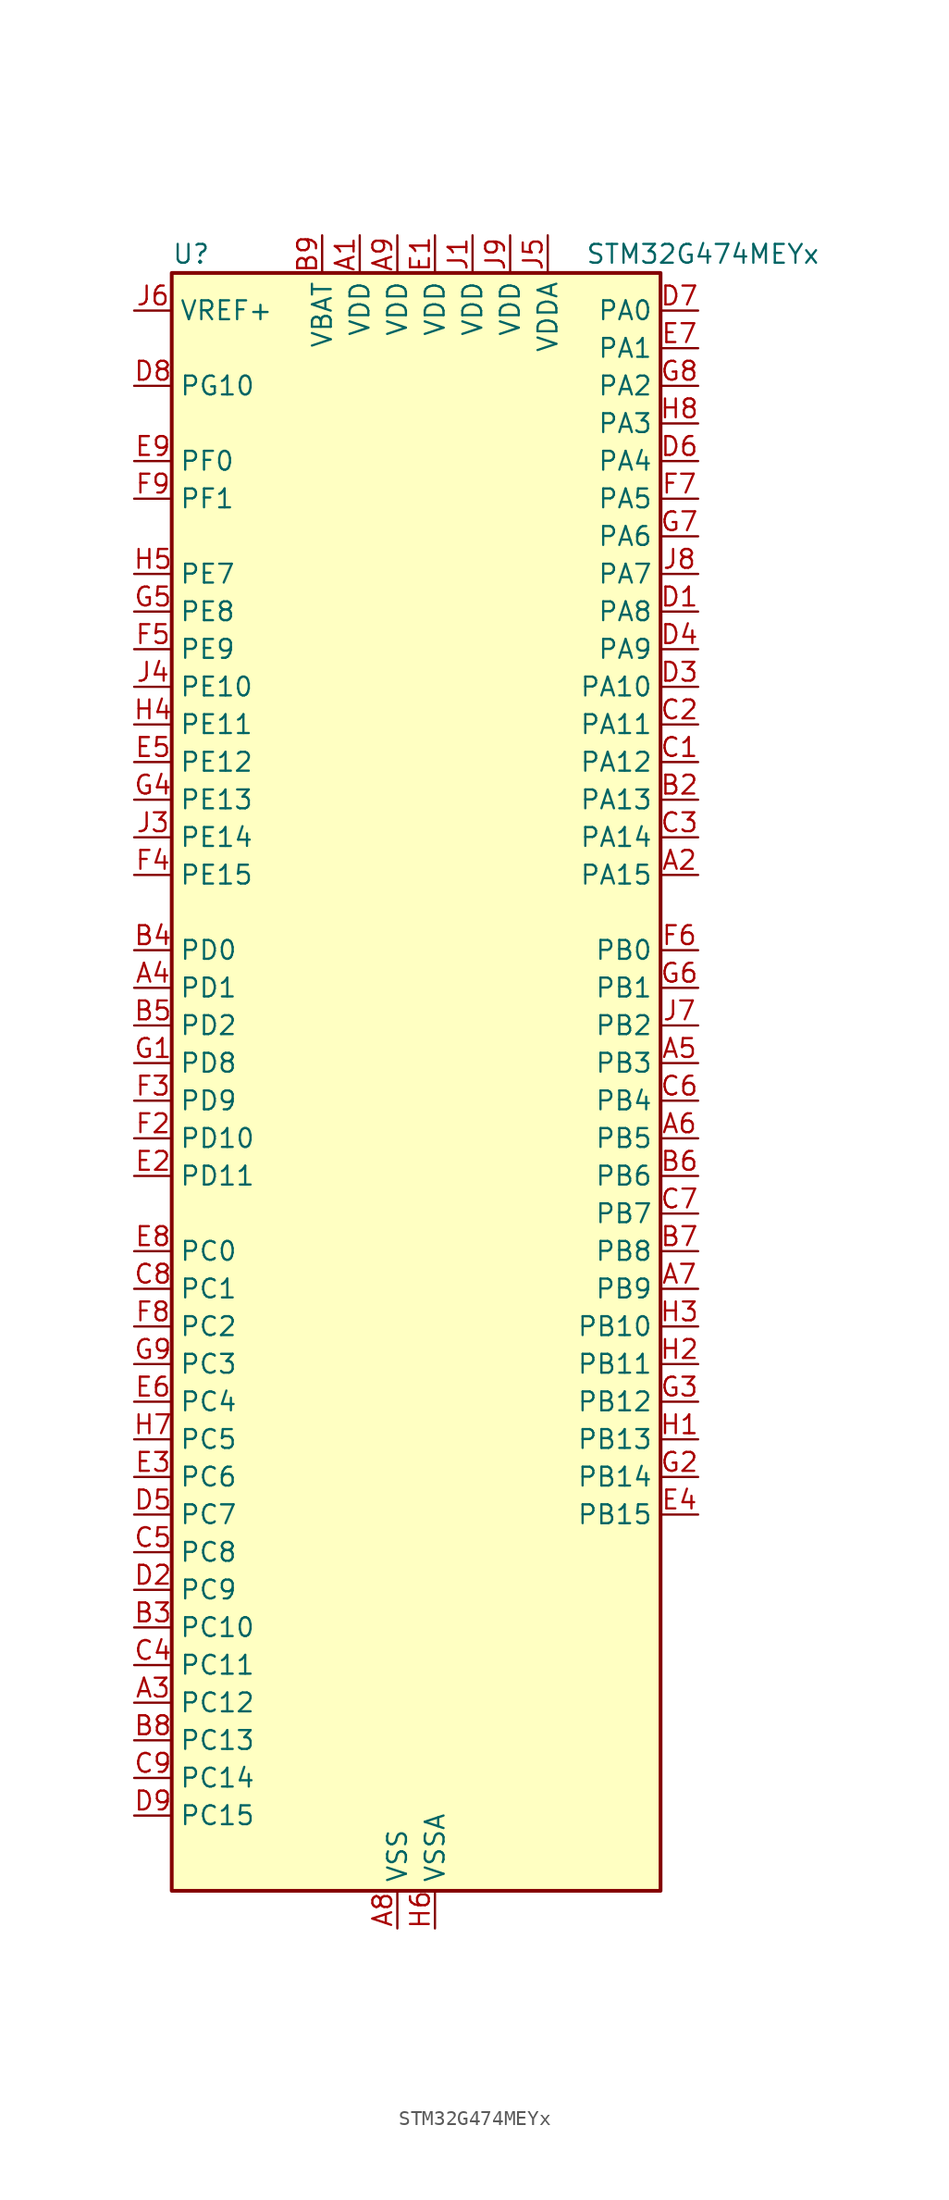
<source format=kicad_sym>
(kicad_symbol_lib
  (version 20231120)
  (generator "kicad_symbol_editor")
  (generator_version "8.0")
  (symbol "STM32G474MEYx"
    (property "Reference" "U"
      (at -15.24 57.15 0)
      (effects (font (size 1.27 1.27)) (justify left)))
    (property "Value" "STM32G474MEYx"
      (at 12.7 57.15 0)
      (effects (font (size 1.27 1.27)) (justify left)))
    (property "ki_locked" ""
      (at 0 0 0)
      (effects (font (size 1.27 1.27))))
    (symbol "STM32G474MEYx_0_1"
      (rectangle (start -15.24 -53.34) (end 17.78 55.88) (stroke (width 0.254) (type default)) (fill (type background))))
    (symbol "STM32G474MEYx_1_1"
      (pin power_in line (at -2.54 58.42 270) (length 2.54) (name "VDD" (effects (font (size 1.27 1.27)))) (number "A1" (effects (font (size 1.27 1.27)))))
      (pin bidirectional line (at 20.32 15.24 180) (length 2.54) (name "PA15" (effects (font (size 1.27 1.27)))) (number "A2" (effects (font (size 1.27 1.27)))) (alternate "ADC1_EXTI15" bidirectional line) (alternate "ADC2_EXTI15" bidirectional line) (alternate "FDCAN3_TX" bidirectional line) (alternate "HRTIM1_FLT2" bidirectional line) (alternate "I2C1_SCL" bidirectional line) (alternate "I2S3_WS" bidirectional line) (alternate "SPI1_NSS" bidirectional line) (alternate "SPI3_NSS" bidirectional line) (alternate "SYS_JTDI" bidirectional line) (alternate "TIM1_BKIN" bidirectional line) (alternate "TIM2_CH1" bidirectional line) (alternate "TIM2_ETR" bidirectional line) (alternate "TIM8_CH1" bidirectional line) (alternate "UART4_DE" bidirectional line) (alternate "UART4_RTS" bidirectional line) (alternate "USART2_RX" bidirectional line))
      (pin bidirectional line (at -17.78 -40.64 0) (length 2.54) (name "PC12" (effects (font (size 1.27 1.27)))) (number "A3" (effects (font (size 1.27 1.27)))) (alternate "HRTIM1_EEV1" bidirectional line) (alternate "I2S3_SD" bidirectional line) (alternate "SPI3_MOSI" bidirectional line) (alternate "TIM5_CH2" bidirectional line) (alternate "TIM8_CH3N" bidirectional line) (alternate "UART5_TX" bidirectional line) (alternate "UCPD1_FRSTX1" bidirectional line) (alternate "UCPD1_FRSTX2" bidirectional line) (alternate "USART3_CK" bidirectional line))
      (pin bidirectional line (at -17.78 7.62 0) (length 2.54) (name "PD1" (effects (font (size 1.27 1.27)))) (number "A4" (effects (font (size 1.27 1.27)))) (alternate "FDCAN1_TX" bidirectional line) (alternate "TIM8_BKIN2" bidirectional line) (alternate "TIM8_CH4" bidirectional line))
      (pin bidirectional line (at 20.32 2.54 180) (length 2.54) (name "PB3" (effects (font (size 1.27 1.27)))) (number "A5" (effects (font (size 1.27 1.27)))) (alternate "ADC3_EXTI3" bidirectional line) (alternate "ADC4_EXTI3" bidirectional line) (alternate "ADC5_EXTI3" bidirectional line) (alternate "CRS_SYNC" bidirectional line) (alternate "FDCAN3_RX" bidirectional line) (alternate "HRTIM1_EEV9" bidirectional line) (alternate "HRTIM1_SCOUT" bidirectional line) (alternate "I2S3_CK" bidirectional line) (alternate "SAI1_SCK_B" bidirectional line) (alternate "SPI1_SCK" bidirectional line) (alternate "SPI3_SCK" bidirectional line) (alternate "SYS_JTDO-SWO" bidirectional line) (alternate "TIM2_CH2" bidirectional line) (alternate "TIM3_ETR" bidirectional line) (alternate "TIM4_ETR" bidirectional line) (alternate "TIM8_CH1N" bidirectional line) (alternate "USART2_TX" bidirectional line))
      (pin bidirectional line (at 20.32 -2.54 180) (length 2.54) (name "PB5" (effects (font (size 1.27 1.27)))) (number "A6" (effects (font (size 1.27 1.27)))) (alternate "FDCAN2_RX" bidirectional line) (alternate "HRTIM1_EEV6" bidirectional line) (alternate "I2C1_SMBA" bidirectional line) (alternate "I2C3_SDA" bidirectional line) (alternate "I2S3_SD" bidirectional line) (alternate "LPTIM1_IN1" bidirectional line) (alternate "SAI1_SD_B" bidirectional line) (alternate "SPI1_MOSI" bidirectional line) (alternate "SPI3_MOSI" bidirectional line) (alternate "TIM16_BKIN" bidirectional line) (alternate "TIM17_CH1" bidirectional line) (alternate "TIM3_CH2" bidirectional line) (alternate "TIM8_CH3N" bidirectional line) (alternate "UART5_CTS" bidirectional line) (alternate "USART2_CK" bidirectional line))
      (pin bidirectional line (at 20.32 -12.7 180) (length 2.54) (name "PB9" (effects (font (size 1.27 1.27)))) (number "A7" (effects (font (size 1.27 1.27)))) (alternate "COMP2_OUT" bidirectional line) (alternate "DAC1_EXTI9" bidirectional line) (alternate "DAC2_EXTI9" bidirectional line) (alternate "DAC3_EXTI9" bidirectional line) (alternate "DAC4_EXTI9" bidirectional line) (alternate "FDCAN1_TX" bidirectional line) (alternate "HRTIM1_EEV5" bidirectional line) (alternate "I2C1_SDA" bidirectional line) (alternate "IR_OUT" bidirectional line) (alternate "SAI1_D2" bidirectional line) (alternate "SAI1_FS_A" bidirectional line) (alternate "TIM17_CH1" bidirectional line) (alternate "TIM1_CH3N" bidirectional line) (alternate "TIM4_CH4" bidirectional line) (alternate "TIM8_CH3" bidirectional line) (alternate "USART3_TX" bidirectional line))
      (pin power_in line (at 0 -55.88 90) (length 2.54) (name "VSS" (effects (font (size 1.27 1.27)))) (number "A8" (effects (font (size 1.27 1.27)))))
      (pin power_in line (at 0 58.42 270) (length 2.54) (name "VDD" (effects (font (size 1.27 1.27)))) (number "A9" (effects (font (size 1.27 1.27)))))
      (pin passive line (at 0 -55.88 90) (length 2.54) hide (name "VSS" (effects (font (size 1.27 1.27)))) (number "B1" (effects (font (size 1.27 1.27)))))
      (pin bidirectional line (at 20.32 20.32 180) (length 2.54) (name "PA13" (effects (font (size 1.27 1.27)))) (number "B2" (effects (font (size 1.27 1.27)))) (alternate "I2C1_SCL" bidirectional line) (alternate "I2C4_SCL" bidirectional line) (alternate "IR_OUT" bidirectional line) (alternate "SAI1_SD_B" bidirectional line) (alternate "SYS_JTMS-SWDIO" bidirectional line) (alternate "TIM16_CH1N" bidirectional line) (alternate "TIM4_CH3" bidirectional line) (alternate "USART3_CTS" bidirectional line) (alternate "USART3_NSS" bidirectional line))
      (pin bidirectional line (at -17.78 -35.56 0) (length 2.54) (name "PC10" (effects (font (size 1.27 1.27)))) (number "B3" (effects (font (size 1.27 1.27)))) (alternate "DAC1_EXTI10" bidirectional line) (alternate "DAC2_EXTI10" bidirectional line) (alternate "DAC3_EXTI10" bidirectional line) (alternate "DAC4_EXTI10" bidirectional line) (alternate "HRTIM1_FLT6" bidirectional line) (alternate "I2S3_CK" bidirectional line) (alternate "SPI3_SCK" bidirectional line) (alternate "TIM8_CH1N" bidirectional line) (alternate "UART4_TX" bidirectional line) (alternate "USART3_TX" bidirectional line))
      (pin bidirectional line (at -17.78 10.16 0) (length 2.54) (name "PD0" (effects (font (size 1.27 1.27)))) (number "B4" (effects (font (size 1.27 1.27)))) (alternate "FDCAN1_RX" bidirectional line) (alternate "TIM8_CH4N" bidirectional line))
      (pin bidirectional line (at -17.78 5.08 0) (length 2.54) (name "PD2" (effects (font (size 1.27 1.27)))) (number "B5" (effects (font (size 1.27 1.27)))) (alternate "ADC3_EXTI2" bidirectional line) (alternate "ADC4_EXTI2" bidirectional line) (alternate "ADC5_EXTI2" bidirectional line) (alternate "TIM3_ETR" bidirectional line) (alternate "TIM8_BKIN" bidirectional line) (alternate "UART5_RX" bidirectional line))
      (pin bidirectional line (at 20.32 -5.08 180) (length 2.54) (name "PB6" (effects (font (size 1.27 1.27)))) (number "B6" (effects (font (size 1.27 1.27)))) (alternate "COMP4_OUT" bidirectional line) (alternate "FDCAN2_TX" bidirectional line) (alternate "HRTIM1_EEV4" bidirectional line) (alternate "HRTIM1_SCIN" bidirectional line) (alternate "LPTIM1_ETR" bidirectional line) (alternate "SAI1_FS_B" bidirectional line) (alternate "TIM16_CH1N" bidirectional line) (alternate "TIM4_CH1" bidirectional line) (alternate "TIM8_BKIN2" bidirectional line) (alternate "TIM8_CH1" bidirectional line) (alternate "TIM8_ETR" bidirectional line) (alternate "UCPD1_CC1" bidirectional line) (alternate "USART1_TX" bidirectional line))
      (pin bidirectional line (at 20.32 -10.16 180) (length 2.54) (name "PB8" (effects (font (size 1.27 1.27)))) (number "B7" (effects (font (size 1.27 1.27)))) (alternate "COMP1_OUT" bidirectional line) (alternate "FDCAN1_RX" bidirectional line) (alternate "HRTIM1_EEV8" bidirectional line) (alternate "I2C1_SCL" bidirectional line) (alternate "SAI1_CK1" bidirectional line) (alternate "SAI1_MCLK_A" bidirectional line) (alternate "TIM16_CH1" bidirectional line) (alternate "TIM1_BKIN" bidirectional line) (alternate "TIM4_CH3" bidirectional line) (alternate "TIM8_CH2" bidirectional line) (alternate "USART3_RX" bidirectional line))
      (pin bidirectional line (at -17.78 -43.18 0) (length 2.54) (name "PC13" (effects (font (size 1.27 1.27)))) (number "B8" (effects (font (size 1.27 1.27)))) (alternate "RTC_OUT1" bidirectional line) (alternate "RTC_TAMP1" bidirectional line) (alternate "RTC_TS" bidirectional line) (alternate "SYS_WKUP2" bidirectional line) (alternate "TIM1_BKIN" bidirectional line) (alternate "TIM1_CH1N" bidirectional line) (alternate "TIM8_CH4N" bidirectional line))
      (pin power_in line (at -5.08 58.42 270) (length 2.54) (name "VBAT" (effects (font (size 1.27 1.27)))) (number "B9" (effects (font (size 1.27 1.27)))))
      (pin bidirectional line (at 20.32 22.86 180) (length 2.54) (name "PA12" (effects (font (size 1.27 1.27)))) (number "C1" (effects (font (size 1.27 1.27)))) (alternate "COMP2_OUT" bidirectional line) (alternate "FDCAN1_TX" bidirectional line) (alternate "HRTIM1_FLT1" bidirectional line) (alternate "I2S_CKIN" bidirectional line) (alternate "TIM16_CH1" bidirectional line) (alternate "TIM1_CH2N" bidirectional line) (alternate "TIM1_ETR" bidirectional line) (alternate "TIM4_CH2" bidirectional line) (alternate "USART1_DE" bidirectional line) (alternate "USART1_RTS" bidirectional line) (alternate "USB_DP" bidirectional line))
      (pin bidirectional line (at 20.32 25.4 180) (length 2.54) (name "PA11" (effects (font (size 1.27 1.27)))) (number "C2" (effects (font (size 1.27 1.27)))) (alternate "ADC1_EXTI11" bidirectional line) (alternate "ADC2_EXTI11" bidirectional line) (alternate "COMP1_OUT" bidirectional line) (alternate "FDCAN1_RX" bidirectional line) (alternate "HRTIM1_CHB2" bidirectional line) (alternate "I2S2_SD" bidirectional line) (alternate "SPI2_MOSI" bidirectional line) (alternate "TIM1_BKIN2" bidirectional line) (alternate "TIM1_CH1N" bidirectional line) (alternate "TIM1_CH4" bidirectional line) (alternate "TIM4_CH1" bidirectional line) (alternate "USART1_CTS" bidirectional line) (alternate "USART1_NSS" bidirectional line) (alternate "USB_DM" bidirectional line))
      (pin bidirectional line (at 20.32 17.78 180) (length 2.54) (name "PA14" (effects (font (size 1.27 1.27)))) (number "C3" (effects (font (size 1.27 1.27)))) (alternate "I2C1_SDA" bidirectional line) (alternate "I2C4_SMBA" bidirectional line) (alternate "LPTIM1_OUT" bidirectional line) (alternate "SAI1_FS_B" bidirectional line) (alternate "SYS_JTCK-SWCLK" bidirectional line) (alternate "TIM1_BKIN" bidirectional line) (alternate "TIM8_CH2" bidirectional line) (alternate "USART2_TX" bidirectional line))
      (pin bidirectional line (at -17.78 -38.1 0) (length 2.54) (name "PC11" (effects (font (size 1.27 1.27)))) (number "C4" (effects (font (size 1.27 1.27)))) (alternate "ADC1_EXTI11" bidirectional line) (alternate "ADC2_EXTI11" bidirectional line) (alternate "HRTIM1_EEV2" bidirectional line) (alternate "I2C3_SDA" bidirectional line) (alternate "SPI3_MISO" bidirectional line) (alternate "TIM8_CH2N" bidirectional line) (alternate "UART4_RX" bidirectional line) (alternate "USART3_RX" bidirectional line))
      (pin bidirectional line (at -17.78 -30.48 0) (length 2.54) (name "PC8" (effects (font (size 1.27 1.27)))) (number "C5" (effects (font (size 1.27 1.27)))) (alternate "COMP7_OUT" bidirectional line) (alternate "HRTIM1_CHE1" bidirectional line) (alternate "I2C3_SCL" bidirectional line) (alternate "TIM20_CH3" bidirectional line) (alternate "TIM3_CH3" bidirectional line) (alternate "TIM8_CH3" bidirectional line))
      (pin bidirectional line (at 20.32 0 180) (length 2.54) (name "PB4" (effects (font (size 1.27 1.27)))) (number "C6" (effects (font (size 1.27 1.27)))) (alternate "FDCAN3_TX" bidirectional line) (alternate "HRTIM1_EEV7" bidirectional line) (alternate "SAI1_MCLK_B" bidirectional line) (alternate "SPI1_MISO" bidirectional line) (alternate "SPI3_MISO" bidirectional line) (alternate "SYS_JTRST" bidirectional line) (alternate "TIM16_CH1" bidirectional line) (alternate "TIM17_BKIN" bidirectional line) (alternate "TIM3_CH1" bidirectional line) (alternate "TIM8_CH2N" bidirectional line) (alternate "UART5_DE" bidirectional line) (alternate "UART5_RTS" bidirectional line) (alternate "UCPD1_CC2" bidirectional line) (alternate "USART2_RX" bidirectional line))
      (pin bidirectional line (at 20.32 -7.62 180) (length 2.54) (name "PB7" (effects (font (size 1.27 1.27)))) (number "C7" (effects (font (size 1.27 1.27)))) (alternate "COMP3_OUT" bidirectional line) (alternate "HRTIM1_EEV3" bidirectional line) (alternate "I2C1_SDA" bidirectional line) (alternate "I2C4_SDA" bidirectional line) (alternate "LPTIM1_IN2" bidirectional line) (alternate "SYS_PVD_IN" bidirectional line) (alternate "TIM17_CH1N" bidirectional line) (alternate "TIM3_CH4" bidirectional line) (alternate "TIM4_CH2" bidirectional line) (alternate "TIM8_BKIN" bidirectional line) (alternate "UART4_CTS" bidirectional line) (alternate "USART1_RX" bidirectional line))
      (pin bidirectional line (at -17.78 -12.7 0) (length 2.54) (name "PC1" (effects (font (size 1.27 1.27)))) (number "C8" (effects (font (size 1.27 1.27)))) (alternate "ADC1_IN7" bidirectional line) (alternate "ADC2_IN7" bidirectional line) (alternate "COMP3_INP" bidirectional line) (alternate "LPTIM1_OUT" bidirectional line) (alternate "LPUART1_TX" bidirectional line) (alternate "QUADSPI1_BK2_IO0" bidirectional line) (alternate "SAI1_SD_A" bidirectional line) (alternate "TIM1_CH2" bidirectional line))
      (pin bidirectional line (at -17.78 -45.72 0) (length 2.54) (name "PC14" (effects (font (size 1.27 1.27)))) (number "C9" (effects (font (size 1.27 1.27)))) (alternate "RCC_OSC32_IN" bidirectional line))
      (pin bidirectional line (at 20.32 33.02 180) (length 2.54) (name "PA8" (effects (font (size 1.27 1.27)))) (number "D1" (effects (font (size 1.27 1.27)))) (alternate "ADC5_IN1" bidirectional line) (alternate "COMP7_OUT" bidirectional line) (alternate "FDCAN3_RX" bidirectional line) (alternate "HRTIM1_CHA1" bidirectional line) (alternate "I2C2_SDA" bidirectional line) (alternate "I2C3_SCL" bidirectional line) (alternate "I2S2_MCK" bidirectional line) (alternate "OPAMP5_VOUT" bidirectional line) (alternate "RCC_MCO" bidirectional line) (alternate "SAI1_CK2" bidirectional line) (alternate "SAI1_SCK_A" bidirectional line) (alternate "TIM1_CH1" bidirectional line) (alternate "TIM4_ETR" bidirectional line) (alternate "USART1_CK" bidirectional line))
      (pin bidirectional line (at -17.78 -33.02 0) (length 2.54) (name "PC9" (effects (font (size 1.27 1.27)))) (number "D2" (effects (font (size 1.27 1.27)))) (alternate "DAC1_EXTI9" bidirectional line) (alternate "DAC2_EXTI9" bidirectional line) (alternate "DAC3_EXTI9" bidirectional line) (alternate "DAC4_EXTI9" bidirectional line) (alternate "HRTIM1_CHE2" bidirectional line) (alternate "I2C3_SDA" bidirectional line) (alternate "I2S_CKIN" bidirectional line) (alternate "TIM3_CH4" bidirectional line) (alternate "TIM8_BKIN2" bidirectional line) (alternate "TIM8_CH4" bidirectional line))
      (pin bidirectional line (at 20.32 27.94 180) (length 2.54) (name "PA10" (effects (font (size 1.27 1.27)))) (number "D3" (effects (font (size 1.27 1.27)))) (alternate "COMP6_OUT" bidirectional line) (alternate "CRS_SYNC" bidirectional line) (alternate "DAC1_EXTI10" bidirectional line) (alternate "DAC2_EXTI10" bidirectional line) (alternate "DAC3_EXTI10" bidirectional line) (alternate "DAC4_EXTI10" bidirectional line) (alternate "HRTIM1_CHB1" bidirectional line) (alternate "I2C2_SMBA" bidirectional line) (alternate "SAI1_D1" bidirectional line) (alternate "SAI1_SD_A" bidirectional line) (alternate "SPI2_MISO" bidirectional line) (alternate "TIM17_BKIN" bidirectional line) (alternate "TIM1_CH3" bidirectional line) (alternate "TIM2_CH4" bidirectional line) (alternate "TIM8_BKIN" bidirectional line) (alternate "UCPD1_DBCC2" bidirectional line) (alternate "USART1_RX" bidirectional line))
      (pin bidirectional line (at 20.32 30.48 180) (length 2.54) (name "PA9" (effects (font (size 1.27 1.27)))) (number "D4" (effects (font (size 1.27 1.27)))) (alternate "ADC5_IN2" bidirectional line) (alternate "COMP5_OUT" bidirectional line) (alternate "DAC1_EXTI9" bidirectional line) (alternate "DAC2_EXTI9" bidirectional line) (alternate "DAC3_EXTI9" bidirectional line) (alternate "DAC4_EXTI9" bidirectional line) (alternate "HRTIM1_CHA2" bidirectional line) (alternate "I2C2_SCL" bidirectional line) (alternate "I2C3_SMBA" bidirectional line) (alternate "I2S3_MCK" bidirectional line) (alternate "SAI1_FS_A" bidirectional line) (alternate "TIM15_BKIN" bidirectional line) (alternate "TIM1_CH2" bidirectional line) (alternate "TIM2_CH3" bidirectional line) (alternate "UCPD1_DBCC1" bidirectional line) (alternate "USART1_TX" bidirectional line))
      (pin bidirectional line (at -17.78 -27.94 0) (length 2.54) (name "PC7" (effects (font (size 1.27 1.27)))) (number "D5" (effects (font (size 1.27 1.27)))) (alternate "COMP5_OUT" bidirectional line) (alternate "HRTIM1_CHF2" bidirectional line) (alternate "HRTIM1_FLT5" bidirectional line) (alternate "I2C4_SDA" bidirectional line) (alternate "I2S3_MCK" bidirectional line) (alternate "TIM3_CH2" bidirectional line) (alternate "TIM8_CH2" bidirectional line))
      (pin bidirectional line (at 20.32 43.18 180) (length 2.54) (name "PA4" (effects (font (size 1.27 1.27)))) (number "D6" (effects (font (size 1.27 1.27)))) (alternate "ADC2_IN17" bidirectional line) (alternate "COMP1_INM" bidirectional line) (alternate "DAC1_OUT1" bidirectional line) (alternate "I2S3_WS" bidirectional line) (alternate "SAI1_FS_B" bidirectional line) (alternate "SPI1_NSS" bidirectional line) (alternate "SPI3_NSS" bidirectional line) (alternate "TIM3_CH2" bidirectional line) (alternate "USART2_CK" bidirectional line))
      (pin bidirectional line (at 20.32 53.34 180) (length 2.54) (name "PA0" (effects (font (size 1.27 1.27)))) (number "D7" (effects (font (size 1.27 1.27)))) (alternate "ADC1_IN1" bidirectional line) (alternate "ADC2_IN1" bidirectional line) (alternate "COMP1_INM" bidirectional line) (alternate "COMP1_OUT" bidirectional line) (alternate "COMP3_INP" bidirectional line) (alternate "RTC_TAMP2" bidirectional line) (alternate "SYS_WKUP1" bidirectional line) (alternate "TIM2_CH1" bidirectional line) (alternate "TIM2_ETR" bidirectional line) (alternate "TIM5_CH1" bidirectional line) (alternate "TIM8_BKIN" bidirectional line) (alternate "TIM8_ETR" bidirectional line) (alternate "USART2_CTS" bidirectional line) (alternate "USART2_NSS" bidirectional line))
      (pin bidirectional line (at -17.78 48.26 0) (length 2.54) (name "PG10" (effects (font (size 1.27 1.27)))) (number "D8" (effects (font (size 1.27 1.27)))) (alternate "DAC1_EXTI10" bidirectional line) (alternate "DAC2_EXTI10" bidirectional line) (alternate "DAC3_EXTI10" bidirectional line) (alternate "DAC4_EXTI10" bidirectional line) (alternate "RCC_MCO" bidirectional line))
      (pin bidirectional line (at -17.78 -48.26 0) (length 2.54) (name "PC15" (effects (font (size 1.27 1.27)))) (number "D9" (effects (font (size 1.27 1.27)))) (alternate "ADC1_EXTI15" bidirectional line) (alternate "ADC2_EXTI15" bidirectional line) (alternate "RCC_OSC32_OUT" bidirectional line))
      (pin power_in line (at 2.54 58.42 270) (length 2.54) (name "VDD" (effects (font (size 1.27 1.27)))) (number "E1" (effects (font (size 1.27 1.27)))))
      (pin bidirectional line (at -17.78 -5.08 0) (length 2.54) (name "PD11" (effects (font (size 1.27 1.27)))) (number "E2" (effects (font (size 1.27 1.27)))) (alternate "ADC1_EXTI11" bidirectional line) (alternate "ADC2_EXTI11" bidirectional line) (alternate "ADC3_IN8" bidirectional line) (alternate "ADC4_IN8" bidirectional line) (alternate "ADC5_IN8" bidirectional line) (alternate "COMP6_INP" bidirectional line) (alternate "I2C4_SMBA" bidirectional line) (alternate "OPAMP4_VINP" bidirectional line) (alternate "OPAMP4_VINP_SEC" bidirectional line) (alternate "TIM5_ETR" bidirectional line) (alternate "USART3_CTS" bidirectional line) (alternate "USART3_NSS" bidirectional line))
      (pin bidirectional line (at -17.78 -25.4 0) (length 2.54) (name "PC6" (effects (font (size 1.27 1.27)))) (number "E3" (effects (font (size 1.27 1.27)))) (alternate "COMP6_OUT" bidirectional line) (alternate "HRTIM1_CHF1" bidirectional line) (alternate "HRTIM1_EEV10" bidirectional line) (alternate "I2C4_SCL" bidirectional line) (alternate "I2S2_MCK" bidirectional line) (alternate "TIM3_CH1" bidirectional line) (alternate "TIM8_CH1" bidirectional line))
      (pin bidirectional line (at 20.32 -27.94 180) (length 2.54) (name "PB15" (effects (font (size 1.27 1.27)))) (number "E4" (effects (font (size 1.27 1.27)))) (alternate "ADC1_EXTI15" bidirectional line) (alternate "ADC2_EXTI15" bidirectional line) (alternate "ADC2_IN15" bidirectional line) (alternate "ADC4_IN5" bidirectional line) (alternate "COMP3_OUT" bidirectional line) (alternate "COMP6_INM" bidirectional line) (alternate "HRTIM1_CHD2" bidirectional line) (alternate "I2S2_SD" bidirectional line) (alternate "OPAMP5_VINM" bidirectional line) (alternate "OPAMP5_VINM0" bidirectional line) (alternate "OPAMP5_VINM_SEC" bidirectional line) (alternate "RTC_REFIN" bidirectional line) (alternate "SPI2_MOSI" bidirectional line) (alternate "TIM15_CH1N" bidirectional line) (alternate "TIM15_CH2" bidirectional line) (alternate "TIM1_CH3N" bidirectional line))
      (pin bidirectional line (at -17.78 22.86 0) (length 2.54) (name "PE12" (effects (font (size 1.27 1.27)))) (number "E5" (effects (font (size 1.27 1.27)))) (alternate "ADC3_IN16" bidirectional line) (alternate "ADC4_IN16" bidirectional line) (alternate "ADC5_IN16" bidirectional line) (alternate "QUADSPI1_BK1_IO0" bidirectional line) (alternate "SPI4_SCK" bidirectional line) (alternate "TIM1_CH3N" bidirectional line))
      (pin bidirectional line (at -17.78 -20.32 0) (length 2.54) (name "PC4" (effects (font (size 1.27 1.27)))) (number "E6" (effects (font (size 1.27 1.27)))) (alternate "ADC2_IN5" bidirectional line) (alternate "I2C2_SCL" bidirectional line) (alternate "QUADSPI1_BK2_IO3" bidirectional line) (alternate "TIM1_ETR" bidirectional line) (alternate "USART1_TX" bidirectional line))
      (pin bidirectional line (at 20.32 50.8 180) (length 2.54) (name "PA1" (effects (font (size 1.27 1.27)))) (number "E7" (effects (font (size 1.27 1.27)))) (alternate "ADC1_IN2" bidirectional line) (alternate "ADC2_IN2" bidirectional line) (alternate "COMP1_INP" bidirectional line) (alternate "OPAMP1_VINP" bidirectional line) (alternate "OPAMP1_VINP_SEC" bidirectional line) (alternate "OPAMP3_VINP" bidirectional line) (alternate "OPAMP3_VINP_SEC" bidirectional line) (alternate "OPAMP6_VINM" bidirectional line) (alternate "OPAMP6_VINM0" bidirectional line) (alternate "OPAMP6_VINM_SEC" bidirectional line) (alternate "RTC_REFIN" bidirectional line) (alternate "TIM15_CH1N" bidirectional line) (alternate "TIM2_CH2" bidirectional line) (alternate "TIM5_CH2" bidirectional line) (alternate "USART2_DE" bidirectional line) (alternate "USART2_RTS" bidirectional line))
      (pin bidirectional line (at -17.78 -10.16 0) (length 2.54) (name "PC0" (effects (font (size 1.27 1.27)))) (number "E8" (effects (font (size 1.27 1.27)))) (alternate "ADC1_IN6" bidirectional line) (alternate "ADC2_IN6" bidirectional line) (alternate "COMP3_INM" bidirectional line) (alternate "LPTIM1_IN1" bidirectional line) (alternate "LPUART1_RX" bidirectional line) (alternate "TIM1_CH1" bidirectional line))
      (pin bidirectional line (at -17.78 43.18 0) (length 2.54) (name "PF0" (effects (font (size 1.27 1.27)))) (number "E9" (effects (font (size 1.27 1.27)))) (alternate "ADC1_IN10" bidirectional line) (alternate "I2C2_SDA" bidirectional line) (alternate "I2S2_WS" bidirectional line) (alternate "RCC_OSC_IN" bidirectional line) (alternate "SPI2_NSS" bidirectional line) (alternate "TIM1_CH3N" bidirectional line))
      (pin passive line (at 0 -55.88 90) (length 2.54) hide (name "VSS" (effects (font (size 1.27 1.27)))) (number "F1" (effects (font (size 1.27 1.27)))))
      (pin bidirectional line (at -17.78 -2.54 0) (length 2.54) (name "PD10" (effects (font (size 1.27 1.27)))) (number "F2" (effects (font (size 1.27 1.27)))) (alternate "ADC3_IN7" bidirectional line) (alternate "ADC4_IN7" bidirectional line) (alternate "ADC5_IN7" bidirectional line) (alternate "COMP6_INM" bidirectional line) (alternate "DAC1_EXTI10" bidirectional line) (alternate "DAC2_EXTI10" bidirectional line) (alternate "DAC3_EXTI10" bidirectional line) (alternate "DAC4_EXTI10" bidirectional line) (alternate "USART3_CK" bidirectional line))
      (pin bidirectional line (at -17.78 0 0) (length 2.54) (name "PD9" (effects (font (size 1.27 1.27)))) (number "F3" (effects (font (size 1.27 1.27)))) (alternate "ADC4_IN13" bidirectional line) (alternate "ADC5_IN13" bidirectional line) (alternate "DAC1_EXTI9" bidirectional line) (alternate "DAC2_EXTI9" bidirectional line) (alternate "DAC3_EXTI9" bidirectional line) (alternate "DAC4_EXTI9" bidirectional line) (alternate "OPAMP6_VINP" bidirectional line) (alternate "OPAMP6_VINP_SEC" bidirectional line) (alternate "USART3_RX" bidirectional line))
      (pin bidirectional line (at -17.78 15.24 0) (length 2.54) (name "PE15" (effects (font (size 1.27 1.27)))) (number "F4" (effects (font (size 1.27 1.27)))) (alternate "ADC1_EXTI15" bidirectional line) (alternate "ADC2_EXTI15" bidirectional line) (alternate "ADC4_IN2" bidirectional line) (alternate "QUADSPI1_BK1_IO3" bidirectional line) (alternate "TIM1_BKIN" bidirectional line) (alternate "TIM1_CH4N" bidirectional line) (alternate "USART3_RX" bidirectional line))
      (pin bidirectional line (at -17.78 30.48 0) (length 2.54) (name "PE9" (effects (font (size 1.27 1.27)))) (number "F5" (effects (font (size 1.27 1.27)))) (alternate "ADC3_IN2" bidirectional line) (alternate "DAC1_EXTI9" bidirectional line) (alternate "DAC2_EXTI9" bidirectional line) (alternate "DAC3_EXTI9" bidirectional line) (alternate "DAC4_EXTI9" bidirectional line) (alternate "SAI1_FS_B" bidirectional line) (alternate "TIM1_CH1" bidirectional line) (alternate "TIM5_CH4" bidirectional line))
      (pin bidirectional line (at 20.32 10.16 180) (length 2.54) (name "PB0" (effects (font (size 1.27 1.27)))) (number "F6" (effects (font (size 1.27 1.27)))) (alternate "ADC1_IN15" bidirectional line) (alternate "ADC3_IN12" bidirectional line) (alternate "COMP4_INP" bidirectional line) (alternate "HRTIM1_FLT5" bidirectional line) (alternate "OPAMP2_VINP" bidirectional line) (alternate "OPAMP2_VINP_SEC" bidirectional line) (alternate "OPAMP3_VINP" bidirectional line) (alternate "OPAMP3_VINP_SEC" bidirectional line) (alternate "QUADSPI1_BK1_IO1" bidirectional line) (alternate "TIM1_CH2N" bidirectional line) (alternate "TIM3_CH3" bidirectional line) (alternate "TIM8_CH2N" bidirectional line) (alternate "UCPD1_FRSTX1" bidirectional line) (alternate "UCPD1_FRSTX2" bidirectional line))
      (pin bidirectional line (at 20.32 40.64 180) (length 2.54) (name "PA5" (effects (font (size 1.27 1.27)))) (number "F7" (effects (font (size 1.27 1.27)))) (alternate "ADC2_IN13" bidirectional line) (alternate "COMP2_INM" bidirectional line) (alternate "DAC1_OUT2" bidirectional line) (alternate "OPAMP2_VINM" bidirectional line) (alternate "OPAMP2_VINM0" bidirectional line) (alternate "OPAMP2_VINM_SEC" bidirectional line) (alternate "SPI1_SCK" bidirectional line) (alternate "TIM2_CH1" bidirectional line) (alternate "TIM2_ETR" bidirectional line) (alternate "UCPD1_FRSTX1" bidirectional line) (alternate "UCPD1_FRSTX2" bidirectional line))
      (pin bidirectional line (at -17.78 -15.24 0) (length 2.54) (name "PC2" (effects (font (size 1.27 1.27)))) (number "F8" (effects (font (size 1.27 1.27)))) (alternate "ADC1_IN8" bidirectional line) (alternate "ADC2_IN8" bidirectional line) (alternate "ADC3_EXTI2" bidirectional line) (alternate "ADC4_EXTI2" bidirectional line) (alternate "ADC5_EXTI2" bidirectional line) (alternate "COMP3_OUT" bidirectional line) (alternate "LPTIM1_IN2" bidirectional line) (alternate "QUADSPI1_BK2_IO1" bidirectional line) (alternate "TIM1_CH3" bidirectional line) (alternate "TIM20_CH2" bidirectional line))
      (pin bidirectional line (at -17.78 40.64 0) (length 2.54) (name "PF1" (effects (font (size 1.27 1.27)))) (number "F9" (effects (font (size 1.27 1.27)))) (alternate "ADC2_IN10" bidirectional line) (alternate "COMP3_INM" bidirectional line) (alternate "I2S2_CK" bidirectional line) (alternate "RCC_OSC_OUT" bidirectional line) (alternate "SPI2_SCK" bidirectional line))
      (pin bidirectional line (at -17.78 2.54 0) (length 2.54) (name "PD8" (effects (font (size 1.27 1.27)))) (number "G1" (effects (font (size 1.27 1.27)))) (alternate "ADC4_IN12" bidirectional line) (alternate "ADC5_IN12" bidirectional line) (alternate "OPAMP4_VINM" bidirectional line) (alternate "OPAMP4_VINM1" bidirectional line) (alternate "OPAMP4_VINM_SEC" bidirectional line) (alternate "USART3_TX" bidirectional line))
      (pin bidirectional line (at 20.32 -25.4 180) (length 2.54) (name "PB14" (effects (font (size 1.27 1.27)))) (number "G2" (effects (font (size 1.27 1.27)))) (alternate "ADC1_IN5" bidirectional line) (alternate "ADC4_IN4" bidirectional line) (alternate "COMP4_OUT" bidirectional line) (alternate "COMP7_INP" bidirectional line) (alternate "HRTIM1_CHD1" bidirectional line) (alternate "OPAMP2_VINP" bidirectional line) (alternate "OPAMP2_VINP_SEC" bidirectional line) (alternate "OPAMP5_VINP" bidirectional line) (alternate "OPAMP5_VINP_SEC" bidirectional line) (alternate "SPI2_MISO" bidirectional line) (alternate "TIM15_CH1" bidirectional line) (alternate "TIM1_CH2N" bidirectional line) (alternate "USART3_DE" bidirectional line) (alternate "USART3_RTS" bidirectional line))
      (pin bidirectional line (at 20.32 -20.32 180) (length 2.54) (name "PB12" (effects (font (size 1.27 1.27)))) (number "G3" (effects (font (size 1.27 1.27)))) (alternate "ADC1_IN11" bidirectional line) (alternate "ADC4_IN3" bidirectional line) (alternate "COMP7_INM" bidirectional line) (alternate "FDCAN2_RX" bidirectional line) (alternate "HRTIM1_CHC1" bidirectional line) (alternate "I2C2_SMBA" bidirectional line) (alternate "I2S2_WS" bidirectional line) (alternate "LPUART1_DE" bidirectional line) (alternate "LPUART1_RTS" bidirectional line) (alternate "OPAMP4_VOUT" bidirectional line) (alternate "OPAMP6_VINP" bidirectional line) (alternate "OPAMP6_VINP_SEC" bidirectional line) (alternate "SPI2_NSS" bidirectional line) (alternate "TIM1_BKIN" bidirectional line) (alternate "TIM5_ETR" bidirectional line) (alternate "USART3_CK" bidirectional line))
      (pin bidirectional line (at -17.78 20.32 0) (length 2.54) (name "PE13" (effects (font (size 1.27 1.27)))) (number "G4" (effects (font (size 1.27 1.27)))) (alternate "ADC3_IN3" bidirectional line) (alternate "QUADSPI1_BK1_IO1" bidirectional line) (alternate "SPI4_MISO" bidirectional line) (alternate "TIM1_CH3" bidirectional line))
      (pin bidirectional line (at -17.78 33.02 0) (length 2.54) (name "PE8" (effects (font (size 1.27 1.27)))) (number "G5" (effects (font (size 1.27 1.27)))) (alternate "ADC3_IN6" bidirectional line) (alternate "ADC4_IN6" bidirectional line) (alternate "ADC5_IN6" bidirectional line) (alternate "COMP4_INM" bidirectional line) (alternate "SAI1_SCK_B" bidirectional line) (alternate "TIM1_CH1N" bidirectional line) (alternate "TIM5_CH3" bidirectional line))
      (pin bidirectional line (at 20.32 7.62 180) (length 2.54) (name "PB1" (effects (font (size 1.27 1.27)))) (number "G6" (effects (font (size 1.27 1.27)))) (alternate "ADC1_IN12" bidirectional line) (alternate "ADC3_IN1" bidirectional line) (alternate "COMP1_INP" bidirectional line) (alternate "COMP4_OUT" bidirectional line) (alternate "HRTIM1_SCOUT" bidirectional line) (alternate "LPUART1_DE" bidirectional line) (alternate "LPUART1_RTS" bidirectional line) (alternate "OPAMP3_VOUT" bidirectional line) (alternate "OPAMP6_VINM" bidirectional line) (alternate "OPAMP6_VINM1" bidirectional line) (alternate "OPAMP6_VINM_SEC" bidirectional line) (alternate "QUADSPI1_BK1_IO0" bidirectional line) (alternate "TIM1_CH3N" bidirectional line) (alternate "TIM3_CH4" bidirectional line) (alternate "TIM8_CH3N" bidirectional line))
      (pin bidirectional line (at 20.32 38.1 180) (length 2.54) (name "PA6" (effects (font (size 1.27 1.27)))) (number "G7" (effects (font (size 1.27 1.27)))) (alternate "ADC2_IN3" bidirectional line) (alternate "COMP1_OUT" bidirectional line) (alternate "DAC2_OUT1" bidirectional line) (alternate "LPUART1_CTS" bidirectional line) (alternate "OPAMP2_VOUT" bidirectional line) (alternate "QUADSPI1_BK1_IO3" bidirectional line) (alternate "SPI1_MISO" bidirectional line) (alternate "TIM16_CH1" bidirectional line) (alternate "TIM1_BKIN" bidirectional line) (alternate "TIM3_CH1" bidirectional line) (alternate "TIM8_BKIN" bidirectional line))
      (pin bidirectional line (at 20.32 48.26 180) (length 2.54) (name "PA2" (effects (font (size 1.27 1.27)))) (number "G8" (effects (font (size 1.27 1.27)))) (alternate "ADC1_IN3" bidirectional line) (alternate "ADC3_EXTI2" bidirectional line) (alternate "ADC4_EXTI2" bidirectional line) (alternate "ADC5_EXTI2" bidirectional line) (alternate "COMP2_INM" bidirectional line) (alternate "COMP2_OUT" bidirectional line) (alternate "LPUART1_TX" bidirectional line) (alternate "OPAMP1_VOUT" bidirectional line) (alternate "QUADSPI1_BK1_NCS" bidirectional line) (alternate "RCC_LSCO" bidirectional line) (alternate "SYS_WKUP4" bidirectional line) (alternate "TIM15_CH1" bidirectional line) (alternate "TIM2_CH3" bidirectional line) (alternate "TIM5_CH3" bidirectional line) (alternate "UCPD1_FRSTX1" bidirectional line) (alternate "UCPD1_FRSTX2" bidirectional line) (alternate "USART2_TX" bidirectional line))
      (pin bidirectional line (at -17.78 -17.78 0) (length 2.54) (name "PC3" (effects (font (size 1.27 1.27)))) (number "G9" (effects (font (size 1.27 1.27)))) (alternate "ADC1_IN9" bidirectional line) (alternate "ADC2_IN9" bidirectional line) (alternate "ADC3_EXTI3" bidirectional line) (alternate "ADC4_EXTI3" bidirectional line) (alternate "ADC5_EXTI3" bidirectional line) (alternate "LPTIM1_ETR" bidirectional line) (alternate "OPAMP5_VINP" bidirectional line) (alternate "OPAMP5_VINP_SEC" bidirectional line) (alternate "QUADSPI1_BK2_IO2" bidirectional line) (alternate "SAI1_D1" bidirectional line) (alternate "SAI1_SD_A" bidirectional line) (alternate "TIM1_BKIN2" bidirectional line) (alternate "TIM1_CH4" bidirectional line))
      (pin bidirectional line (at 20.32 -22.86 180) (length 2.54) (name "PB13" (effects (font (size 1.27 1.27)))) (number "H1" (effects (font (size 1.27 1.27)))) (alternate "ADC3_IN5" bidirectional line) (alternate "COMP5_INP" bidirectional line) (alternate "FDCAN2_TX" bidirectional line) (alternate "HRTIM1_CHC2" bidirectional line) (alternate "I2S2_CK" bidirectional line) (alternate "LPUART1_CTS" bidirectional line) (alternate "OPAMP3_VINP" bidirectional line) (alternate "OPAMP3_VINP_SEC" bidirectional line) (alternate "OPAMP4_VINP" bidirectional line) (alternate "OPAMP4_VINP_SEC" bidirectional line) (alternate "OPAMP6_VINP" bidirectional line) (alternate "OPAMP6_VINP_SEC" bidirectional line) (alternate "SPI2_SCK" bidirectional line) (alternate "TIM1_CH1N" bidirectional line) (alternate "USART3_CTS" bidirectional line) (alternate "USART3_NSS" bidirectional line))
      (pin bidirectional line (at 20.32 -17.78 180) (length 2.54) (name "PB11" (effects (font (size 1.27 1.27)))) (number "H2" (effects (font (size 1.27 1.27)))) (alternate "ADC1_EXTI11" bidirectional line) (alternate "ADC1_IN14" bidirectional line) (alternate "ADC2_EXTI11" bidirectional line) (alternate "ADC2_IN14" bidirectional line) (alternate "COMP6_INP" bidirectional line) (alternate "HRTIM1_FLT4" bidirectional line) (alternate "LPUART1_TX" bidirectional line) (alternate "OPAMP4_VINP" bidirectional line) (alternate "OPAMP4_VINP_SEC" bidirectional line) (alternate "OPAMP6_VOUT" bidirectional line) (alternate "QUADSPI1_BK1_NCS" bidirectional line) (alternate "TIM2_CH4" bidirectional line) (alternate "USART3_RX" bidirectional line))
      (pin bidirectional line (at 20.32 -15.24 180) (length 2.54) (name "PB10" (effects (font (size 1.27 1.27)))) (number "H3" (effects (font (size 1.27 1.27)))) (alternate "COMP5_INM" bidirectional line) (alternate "DAC1_EXTI10" bidirectional line) (alternate "DAC2_EXTI10" bidirectional line) (alternate "DAC3_EXTI10" bidirectional line) (alternate "DAC4_EXTI10" bidirectional line) (alternate "HRTIM1_FLT3" bidirectional line) (alternate "LPUART1_RX" bidirectional line) (alternate "OPAMP3_VINM" bidirectional line) (alternate "OPAMP3_VINM1" bidirectional line) (alternate "OPAMP3_VINM_SEC" bidirectional line) (alternate "OPAMP4_VINM" bidirectional line) (alternate "OPAMP4_VINM0" bidirectional line) (alternate "OPAMP4_VINM_SEC" bidirectional line) (alternate "QUADSPI1_CLK" bidirectional line) (alternate "SAI1_SCK_A" bidirectional line) (alternate "TIM1_BKIN" bidirectional line) (alternate "TIM2_CH3" bidirectional line) (alternate "USART3_TX" bidirectional line))
      (pin bidirectional line (at -17.78 25.4 0) (length 2.54) (name "PE11" (effects (font (size 1.27 1.27)))) (number "H4" (effects (font (size 1.27 1.27)))) (alternate "ADC1_EXTI11" bidirectional line) (alternate "ADC2_EXTI11" bidirectional line) (alternate "ADC3_IN15" bidirectional line) (alternate "ADC4_IN15" bidirectional line) (alternate "ADC5_IN15" bidirectional line) (alternate "QUADSPI1_BK1_NCS" bidirectional line) (alternate "SPI4_NSS" bidirectional line) (alternate "TIM1_CH2" bidirectional line))
      (pin bidirectional line (at -17.78 35.56 0) (length 2.54) (name "PE7" (effects (font (size 1.27 1.27)))) (number "H5" (effects (font (size 1.27 1.27)))) (alternate "ADC3_IN4" bidirectional line) (alternate "COMP4_INP" bidirectional line) (alternate "SAI1_SD_B" bidirectional line) (alternate "TIM1_ETR" bidirectional line))
      (pin power_in line (at 2.54 -55.88 90) (length 2.54) (name "VSSA" (effects (font (size 1.27 1.27)))) (number "H6" (effects (font (size 1.27 1.27)))))
      (pin bidirectional line (at -17.78 -22.86 0) (length 2.54) (name "PC5" (effects (font (size 1.27 1.27)))) (number "H7" (effects (font (size 1.27 1.27)))) (alternate "ADC2_IN11" bidirectional line) (alternate "HRTIM1_EEV10" bidirectional line) (alternate "OPAMP1_VINM" bidirectional line) (alternate "OPAMP1_VINM1" bidirectional line) (alternate "OPAMP1_VINM_SEC" bidirectional line) (alternate "OPAMP2_VINM" bidirectional line) (alternate "OPAMP2_VINM1" bidirectional line) (alternate "OPAMP2_VINM_SEC" bidirectional line) (alternate "SAI1_D3" bidirectional line) (alternate "SYS_WKUP5" bidirectional line) (alternate "TIM15_BKIN" bidirectional line) (alternate "TIM1_CH4N" bidirectional line) (alternate "USART1_RX" bidirectional line))
      (pin bidirectional line (at 20.32 45.72 180) (length 2.54) (name "PA3" (effects (font (size 1.27 1.27)))) (number "H8" (effects (font (size 1.27 1.27)))) (alternate "ADC1_IN4" bidirectional line) (alternate "ADC3_EXTI3" bidirectional line) (alternate "ADC4_EXTI3" bidirectional line) (alternate "ADC5_EXTI3" bidirectional line) (alternate "COMP2_INP" bidirectional line) (alternate "LPUART1_RX" bidirectional line) (alternate "OPAMP1_VINM" bidirectional line) (alternate "OPAMP1_VINM0" bidirectional line) (alternate "OPAMP1_VINM_SEC" bidirectional line) (alternate "OPAMP1_VINP" bidirectional line) (alternate "OPAMP1_VINP_SEC" bidirectional line) (alternate "OPAMP5_VINM" bidirectional line) (alternate "OPAMP5_VINM1" bidirectional line) (alternate "OPAMP5_VINM_SEC" bidirectional line) (alternate "QUADSPI1_CLK" bidirectional line) (alternate "SAI1_CK1" bidirectional line) (alternate "SAI1_MCLK_A" bidirectional line) (alternate "TIM15_CH2" bidirectional line) (alternate "TIM2_CH4" bidirectional line) (alternate "TIM5_CH4" bidirectional line) (alternate "USART2_RX" bidirectional line))
      (pin passive line (at 0 -55.88 90) (length 2.54) hide (name "VSS" (effects (font (size 1.27 1.27)))) (number "H9" (effects (font (size 1.27 1.27)))))
      (pin power_in line (at 5.08 58.42 270) (length 2.54) (name "VDD" (effects (font (size 1.27 1.27)))) (number "J1" (effects (font (size 1.27 1.27)))))
      (pin passive line (at 0 -55.88 90) (length 2.54) hide (name "VSS" (effects (font (size 1.27 1.27)))) (number "J2" (effects (font (size 1.27 1.27)))))
      (pin bidirectional line (at -17.78 17.78 0) (length 2.54) (name "PE14" (effects (font (size 1.27 1.27)))) (number "J3" (effects (font (size 1.27 1.27)))) (alternate "ADC4_IN1" bidirectional line) (alternate "QUADSPI1_BK1_IO2" bidirectional line) (alternate "SPI4_MOSI" bidirectional line) (alternate "TIM1_BKIN2" bidirectional line) (alternate "TIM1_CH4" bidirectional line))
      (pin bidirectional line (at -17.78 27.94 0) (length 2.54) (name "PE10" (effects (font (size 1.27 1.27)))) (number "J4" (effects (font (size 1.27 1.27)))) (alternate "ADC3_IN14" bidirectional line) (alternate "ADC4_IN14" bidirectional line) (alternate "ADC5_IN14" bidirectional line) (alternate "DAC1_EXTI10" bidirectional line) (alternate "DAC2_EXTI10" bidirectional line) (alternate "DAC3_EXTI10" bidirectional line) (alternate "DAC4_EXTI10" bidirectional line) (alternate "QUADSPI1_CLK" bidirectional line) (alternate "SAI1_MCLK_B" bidirectional line) (alternate "TIM1_CH2N" bidirectional line))
      (pin power_in line (at 10.16 58.42 270) (length 2.54) (name "VDDA" (effects (font (size 1.27 1.27)))) (number "J5" (effects (font (size 1.27 1.27)))))
      (pin input line (at -17.78 53.34 0) (length 2.54) (name "VREF+" (effects (font (size 1.27 1.27)))) (number "J6" (effects (font (size 1.27 1.27)))) (alternate "VREFBUF_OUT" bidirectional line))
      (pin bidirectional line (at 20.32 5.08 180) (length 2.54) (name "PB2" (effects (font (size 1.27 1.27)))) (number "J7" (effects (font (size 1.27 1.27)))) (alternate "ADC2_IN12" bidirectional line) (alternate "ADC3_EXTI2" bidirectional line) (alternate "ADC4_EXTI2" bidirectional line) (alternate "ADC5_EXTI2" bidirectional line) (alternate "COMP4_INM" bidirectional line) (alternate "HRTIM1_SCIN" bidirectional line) (alternate "I2C3_SMBA" bidirectional line) (alternate "LPTIM1_OUT" bidirectional line) (alternate "OPAMP3_VINM" bidirectional line) (alternate "OPAMP3_VINM0" bidirectional line) (alternate "OPAMP3_VINM_SEC" bidirectional line) (alternate "QUADSPI1_BK2_IO1" bidirectional line) (alternate "RTC_OUT2" bidirectional line) (alternate "TIM20_CH1" bidirectional line) (alternate "TIM5_CH1" bidirectional line))
      (pin bidirectional line (at 20.32 35.56 180) (length 2.54) (name "PA7" (effects (font (size 1.27 1.27)))) (number "J8" (effects (font (size 1.27 1.27)))) (alternate "ADC2_IN4" bidirectional line) (alternate "COMP2_INP" bidirectional line) (alternate "COMP2_OUT" bidirectional line) (alternate "OPAMP1_VINP" bidirectional line) (alternate "OPAMP1_VINP_SEC" bidirectional line) (alternate "OPAMP2_VINP" bidirectional line) (alternate "OPAMP2_VINP_SEC" bidirectional line) (alternate "QUADSPI1_BK1_IO2" bidirectional line) (alternate "SPI1_MOSI" bidirectional line) (alternate "TIM17_CH1" bidirectional line) (alternate "TIM1_CH1N" bidirectional line) (alternate "TIM3_CH2" bidirectional line) (alternate "TIM8_CH1N" bidirectional line) (alternate "UCPD1_FRSTX1" bidirectional line) (alternate "UCPD1_FRSTX2" bidirectional line))
      (pin power_in line (at 7.62 58.42 270) (length 2.54) (name "VDD" (effects (font (size 1.27 1.27)))) (number "J9" (effects (font (size 1.27 1.27))))))))
</source>
